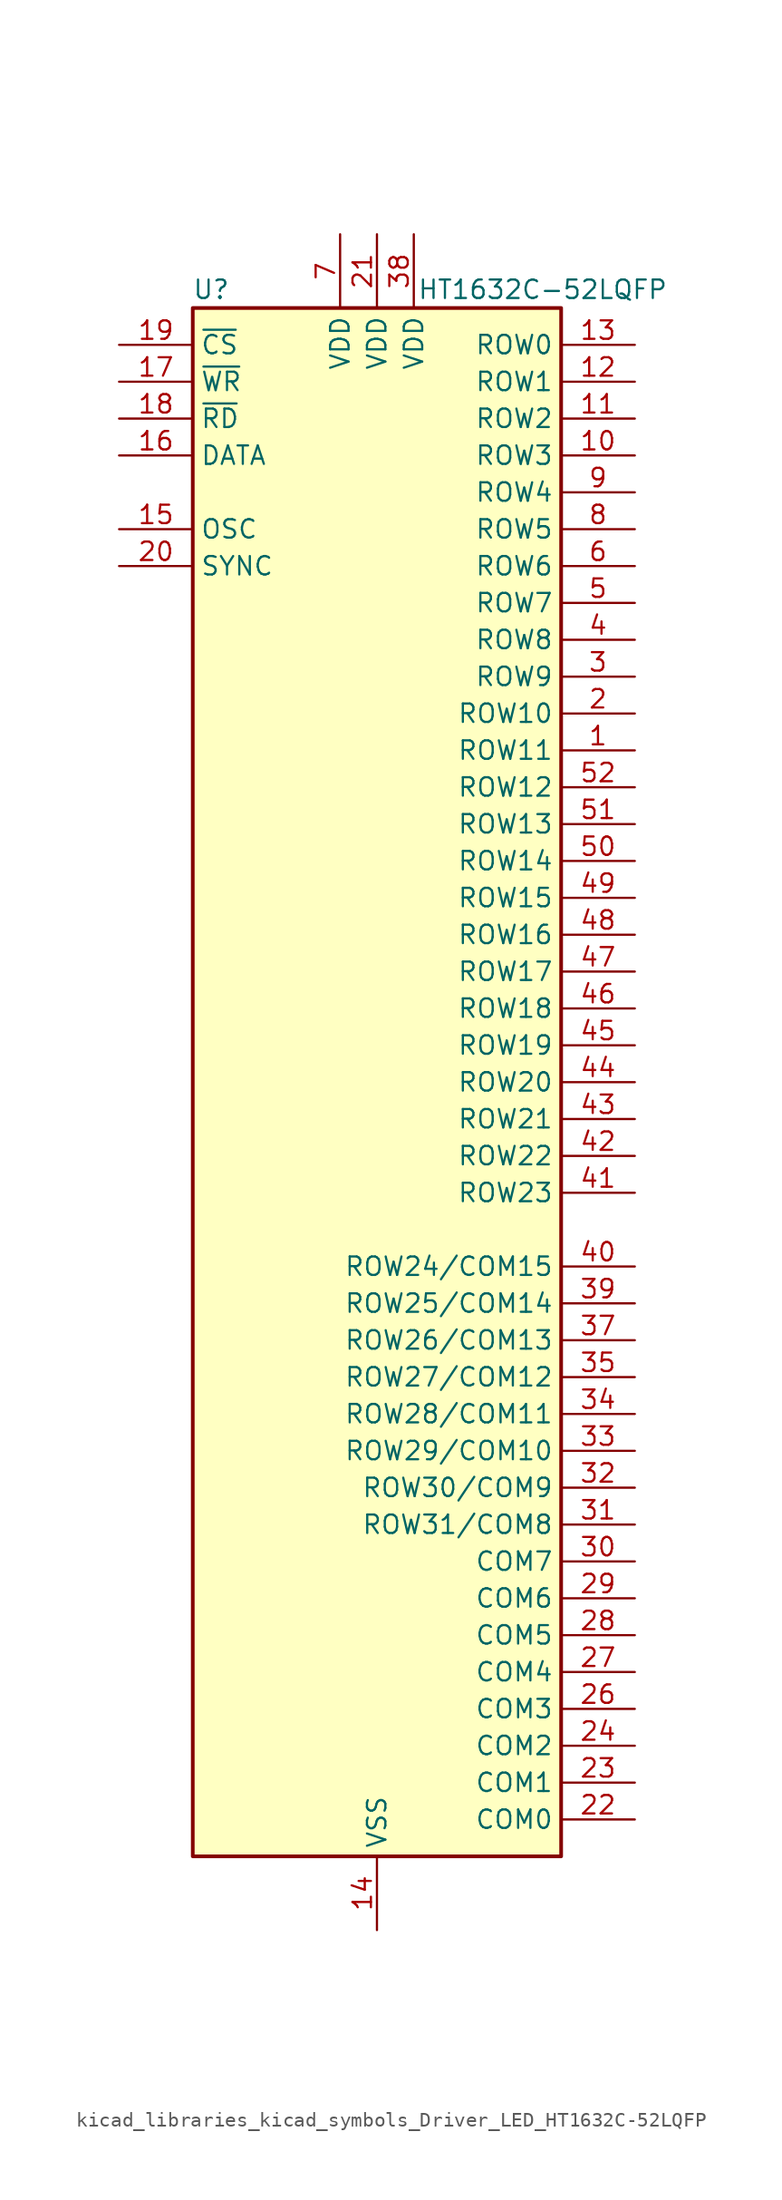
<source format=kicad_sym>
(kicad_symbol_lib
  (version 20220914)
  (generator kicad_symbol_editor)
  (symbol "kicad_libraries_kicad_symbols_Driver_LED_HT1632C-52LQFP"
    (property "Reference" "U"
      (at -11.43 54.61 0)
      (effects (font (size 1.27 1.27))))
    (property "Value" "HT1632C-52LQFP"
      (at 11.43 54.61 0)
      (effects (font (size 1.27 1.27))))
    (symbol "kicad_libraries_kicad_symbols_Driver_LED_HT1632C-52LQFP_0_1"
      (rectangle (start -12.7 53.34) (end 12.7 -53.34) (stroke (width 0.254) (type default)) (fill (type background))))
    (symbol "kicad_libraries_kicad_symbols_Driver_LED_HT1632C-52LQFP_1_1"
      (pin output line (at 17.78 22.86 180) (length 5.08) (name "ROW11" (effects (font (size 1.27 1.27)))) (number "1" (effects (font (size 1.27 1.27)))))
      (pin output line (at 17.78 43.18 180) (length 5.08) (name "ROW3" (effects (font (size 1.27 1.27)))) (number "10" (effects (font (size 1.27 1.27)))))
      (pin output line (at 17.78 45.72 180) (length 5.08) (name "ROW2" (effects (font (size 1.27 1.27)))) (number "11" (effects (font (size 1.27 1.27)))))
      (pin output line (at 17.78 48.26 180) (length 5.08) (name "ROW1" (effects (font (size 1.27 1.27)))) (number "12" (effects (font (size 1.27 1.27)))))
      (pin output line (at 17.78 50.8 180) (length 5.08) (name "ROW0" (effects (font (size 1.27 1.27)))) (number "13" (effects (font (size 1.27 1.27)))))
      (pin power_in line (at 0 -58.42 90) (length 5.08) (name "VSS" (effects (font (size 1.27 1.27)))) (number "14" (effects (font (size 1.27 1.27)))))
      (pin bidirectional line (at -17.78 38.1 0) (length 5.08) (name "OSC" (effects (font (size 1.27 1.27)))) (number "15" (effects (font (size 1.27 1.27)))))
      (pin bidirectional line (at -17.78 43.18 0) (length 5.08) (name "DATA" (effects (font (size 1.27 1.27)))) (number "16" (effects (font (size 1.27 1.27)))))
      (pin input line (at -17.78 48.26 0) (length 5.08) (name "~{WR}" (effects (font (size 1.27 1.27)))) (number "17" (effects (font (size 1.27 1.27)))))
      (pin input line (at -17.78 45.72 0) (length 5.08) (name "~{RD}" (effects (font (size 1.27 1.27)))) (number "18" (effects (font (size 1.27 1.27)))))
      (pin input line (at -17.78 50.8 0) (length 5.08) (name "~{CS}" (effects (font (size 1.27 1.27)))) (number "19" (effects (font (size 1.27 1.27)))))
      (pin output line (at 17.78 25.4 180) (length 5.08) (name "ROW10" (effects (font (size 1.27 1.27)))) (number "2" (effects (font (size 1.27 1.27)))))
      (pin bidirectional line (at -17.78 35.56 0) (length 5.08) (name "SYNC" (effects (font (size 1.27 1.27)))) (number "20" (effects (font (size 1.27 1.27)))))
      (pin power_in line (at 0 58.42 270) (length 5.08) (name "VDD" (effects (font (size 1.27 1.27)))) (number "21" (effects (font (size 1.27 1.27)))))
      (pin output line (at 17.78 -50.8 180) (length 5.08) (name "COM0" (effects (font (size 1.27 1.27)))) (number "22" (effects (font (size 1.27 1.27)))))
      (pin output line (at 17.78 -48.26 180) (length 5.08) (name "COM1" (effects (font (size 1.27 1.27)))) (number "23" (effects (font (size 1.27 1.27)))))
      (pin output line (at 17.78 -45.72 180) (length 5.08) (name "COM2" (effects (font (size 1.27 1.27)))) (number "24" (effects (font (size 1.27 1.27)))))
      (pin passive line (at 0 -58.42 90) (length 5.08) hide (name "VSS" (effects (font (size 1.27 1.27)))) (number "25" (effects (font (size 1.27 1.27)))))
      (pin output line (at 17.78 -43.18 180) (length 5.08) (name "COM3" (effects (font (size 1.27 1.27)))) (number "26" (effects (font (size 1.27 1.27)))))
      (pin output line (at 17.78 -40.64 180) (length 5.08) (name "COM4" (effects (font (size 1.27 1.27)))) (number "27" (effects (font (size 1.27 1.27)))))
      (pin output line (at 17.78 -38.1 180) (length 5.08) (name "COM5" (effects (font (size 1.27 1.27)))) (number "28" (effects (font (size 1.27 1.27)))))
      (pin output line (at 17.78 -35.56 180) (length 5.08) (name "COM6" (effects (font (size 1.27 1.27)))) (number "29" (effects (font (size 1.27 1.27)))))
      (pin output line (at 17.78 27.94 180) (length 5.08) (name "ROW9" (effects (font (size 1.27 1.27)))) (number "3" (effects (font (size 1.27 1.27)))))
      (pin output line (at 17.78 -33.02 180) (length 5.08) (name "COM7" (effects (font (size 1.27 1.27)))) (number "30" (effects (font (size 1.27 1.27)))))
      (pin output line (at 17.78 -30.48 180) (length 5.08) (name "ROW31/COM8" (effects (font (size 1.27 1.27)))) (number "31" (effects (font (size 1.27 1.27)))))
      (pin output line (at 17.78 -27.94 180) (length 5.08) (name "ROW30/COM9" (effects (font (size 1.27 1.27)))) (number "32" (effects (font (size 1.27 1.27)))))
      (pin output line (at 17.78 -25.4 180) (length 5.08) (name "ROW29/COM10" (effects (font (size 1.27 1.27)))) (number "33" (effects (font (size 1.27 1.27)))))
      (pin output line (at 17.78 -22.86 180) (length 5.08) (name "ROW28/COM11" (effects (font (size 1.27 1.27)))) (number "34" (effects (font (size 1.27 1.27)))))
      (pin output line (at 17.78 -20.32 180) (length 5.08) (name "ROW27/COM12" (effects (font (size 1.27 1.27)))) (number "35" (effects (font (size 1.27 1.27)))))
      (pin passive line (at 0 -58.42 90) (length 5.08) hide (name "VSS" (effects (font (size 1.27 1.27)))) (number "36" (effects (font (size 1.27 1.27)))))
      (pin output line (at 17.78 -17.78 180) (length 5.08) (name "ROW26/COM13" (effects (font (size 1.27 1.27)))) (number "37" (effects (font (size 1.27 1.27)))))
      (pin power_in line (at 2.54 58.42 270) (length 5.08) (name "VDD" (effects (font (size 1.27 1.27)))) (number "38" (effects (font (size 1.27 1.27)))))
      (pin output line (at 17.78 -15.24 180) (length 5.08) (name "ROW25/COM14" (effects (font (size 1.27 1.27)))) (number "39" (effects (font (size 1.27 1.27)))))
      (pin output line (at 17.78 30.48 180) (length 5.08) (name "ROW8" (effects (font (size 1.27 1.27)))) (number "4" (effects (font (size 1.27 1.27)))))
      (pin output line (at 17.78 -12.7 180) (length 5.08) (name "ROW24/COM15" (effects (font (size 1.27 1.27)))) (number "40" (effects (font (size 1.27 1.27)))))
      (pin output line (at 17.78 -7.62 180) (length 5.08) (name "ROW23" (effects (font (size 1.27 1.27)))) (number "41" (effects (font (size 1.27 1.27)))))
      (pin output line (at 17.78 -5.08 180) (length 5.08) (name "ROW22" (effects (font (size 1.27 1.27)))) (number "42" (effects (font (size 1.27 1.27)))))
      (pin output line (at 17.78 -2.54 180) (length 5.08) (name "ROW21" (effects (font (size 1.27 1.27)))) (number "43" (effects (font (size 1.27 1.27)))))
      (pin output line (at 17.78 0 180) (length 5.08) (name "ROW20" (effects (font (size 1.27 1.27)))) (number "44" (effects (font (size 1.27 1.27)))))
      (pin output line (at 17.78 2.54 180) (length 5.08) (name "ROW19" (effects (font (size 1.27 1.27)))) (number "45" (effects (font (size 1.27 1.27)))))
      (pin output line (at 17.78 5.08 180) (length 5.08) (name "ROW18" (effects (font (size 1.27 1.27)))) (number "46" (effects (font (size 1.27 1.27)))))
      (pin output line (at 17.78 7.62 180) (length 5.08) (name "ROW17" (effects (font (size 1.27 1.27)))) (number "47" (effects (font (size 1.27 1.27)))))
      (pin output line (at 17.78 10.16 180) (length 5.08) (name "ROW16" (effects (font (size 1.27 1.27)))) (number "48" (effects (font (size 1.27 1.27)))))
      (pin output line (at 17.78 12.7 180) (length 5.08) (name "ROW15" (effects (font (size 1.27 1.27)))) (number "49" (effects (font (size 1.27 1.27)))))
      (pin output line (at 17.78 33.02 180) (length 5.08) (name "ROW7" (effects (font (size 1.27 1.27)))) (number "5" (effects (font (size 1.27 1.27)))))
      (pin output line (at 17.78 15.24 180) (length 5.08) (name "ROW14" (effects (font (size 1.27 1.27)))) (number "50" (effects (font (size 1.27 1.27)))))
      (pin output line (at 17.78 17.78 180) (length 5.08) (name "ROW13" (effects (font (size 1.27 1.27)))) (number "51" (effects (font (size 1.27 1.27)))))
      (pin output line (at 17.78 20.32 180) (length 5.08) (name "ROW12" (effects (font (size 1.27 1.27)))) (number "52" (effects (font (size 1.27 1.27)))))
      (pin output line (at 17.78 35.56 180) (length 5.08) (name "ROW6" (effects (font (size 1.27 1.27)))) (number "6" (effects (font (size 1.27 1.27)))))
      (pin power_in line (at -2.54 58.42 270) (length 5.08) (name "VDD" (effects (font (size 1.27 1.27)))) (number "7" (effects (font (size 1.27 1.27)))))
      (pin output line (at 17.78 38.1 180) (length 5.08) (name "ROW5" (effects (font (size 1.27 1.27)))) (number "8" (effects (font (size 1.27 1.27)))))
      (pin output line (at 17.78 40.64 180) (length 5.08) (name "ROW4" (effects (font (size 1.27 1.27)))) (number "9" (effects (font (size 1.27 1.27))))))))
</source>
